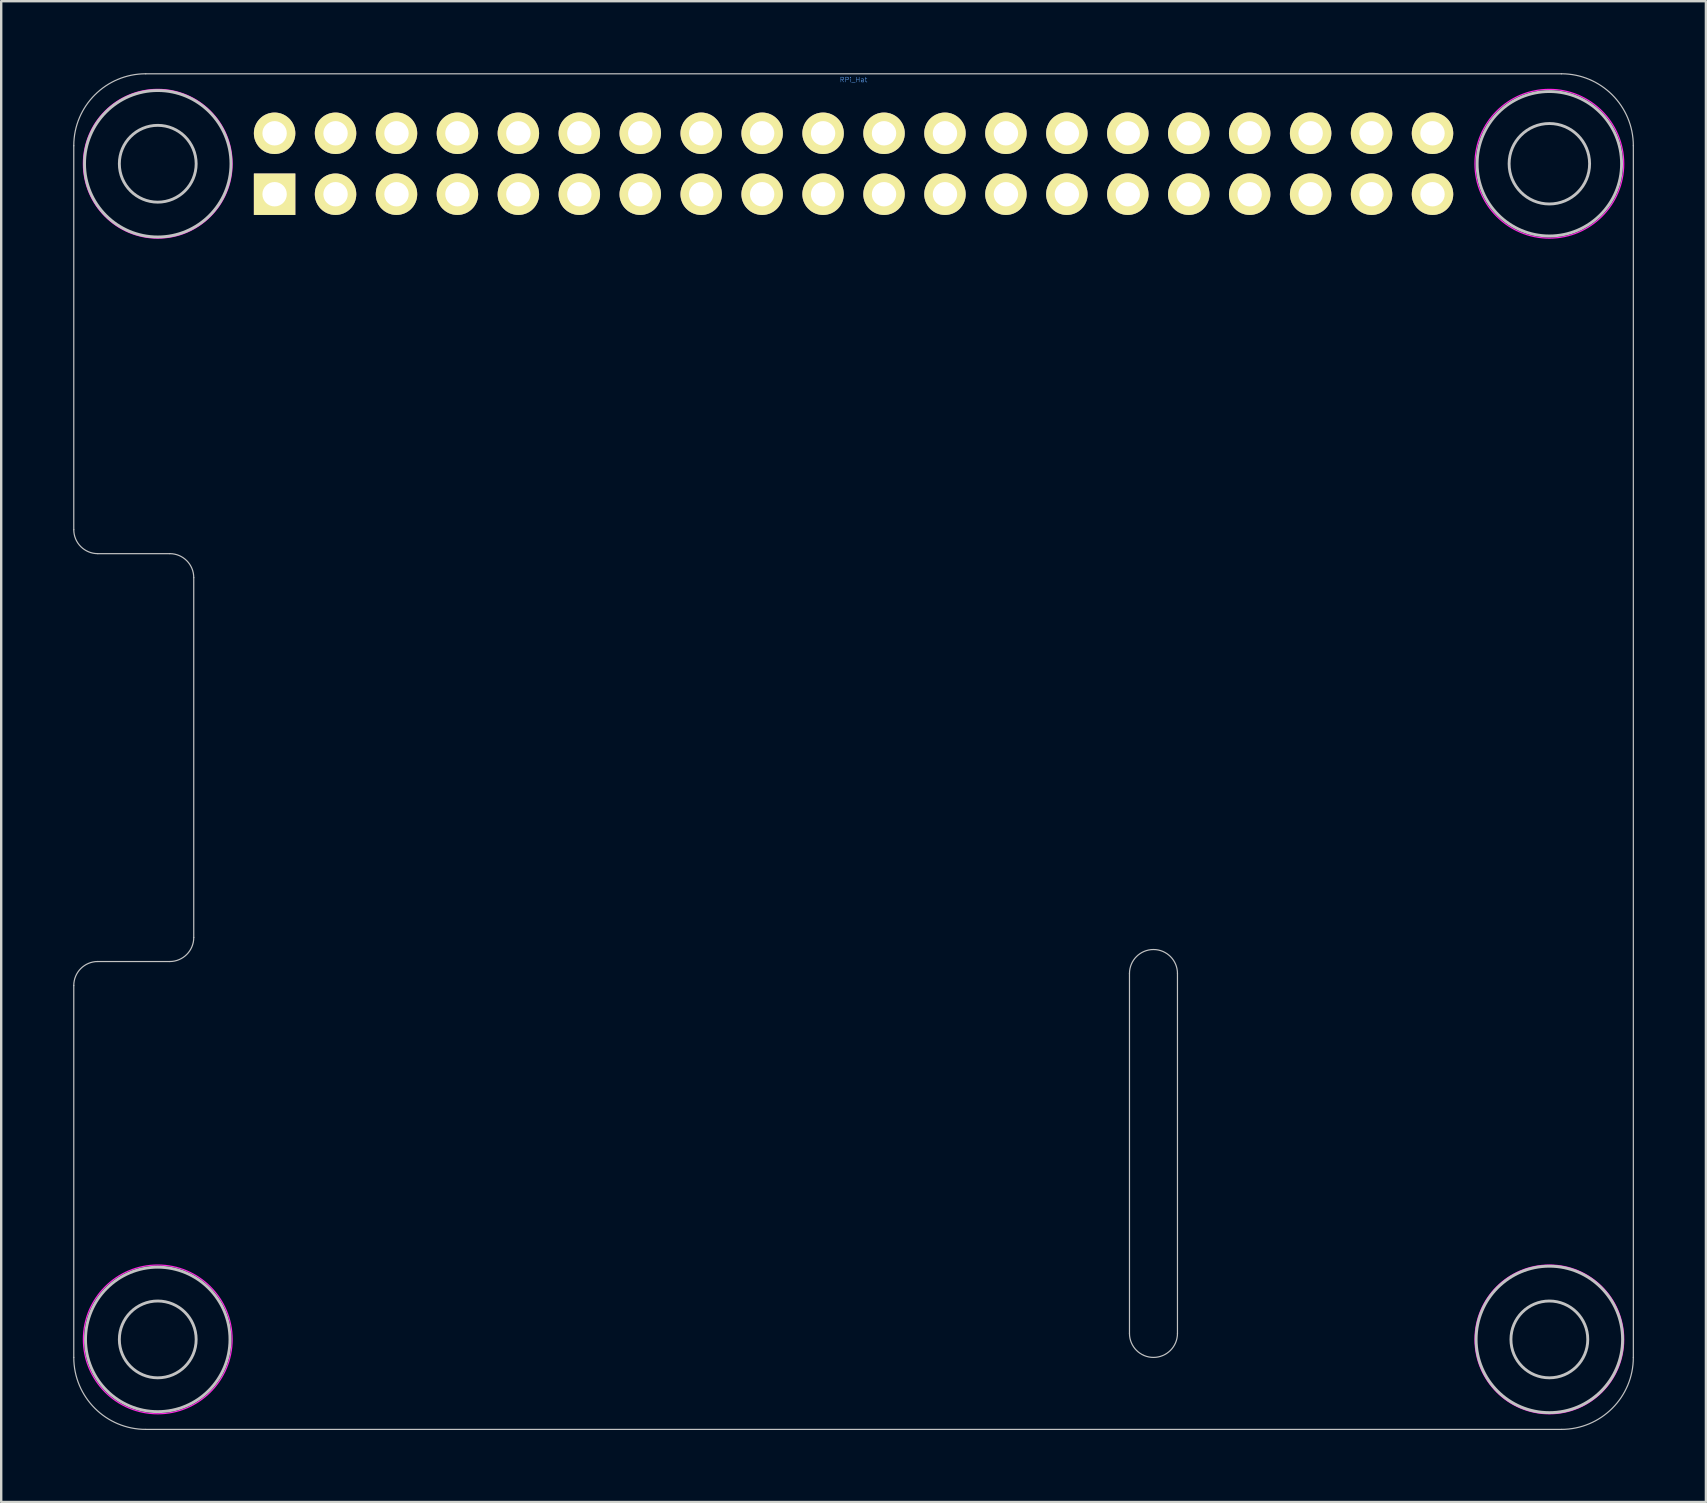
<source format=kicad_pcb>
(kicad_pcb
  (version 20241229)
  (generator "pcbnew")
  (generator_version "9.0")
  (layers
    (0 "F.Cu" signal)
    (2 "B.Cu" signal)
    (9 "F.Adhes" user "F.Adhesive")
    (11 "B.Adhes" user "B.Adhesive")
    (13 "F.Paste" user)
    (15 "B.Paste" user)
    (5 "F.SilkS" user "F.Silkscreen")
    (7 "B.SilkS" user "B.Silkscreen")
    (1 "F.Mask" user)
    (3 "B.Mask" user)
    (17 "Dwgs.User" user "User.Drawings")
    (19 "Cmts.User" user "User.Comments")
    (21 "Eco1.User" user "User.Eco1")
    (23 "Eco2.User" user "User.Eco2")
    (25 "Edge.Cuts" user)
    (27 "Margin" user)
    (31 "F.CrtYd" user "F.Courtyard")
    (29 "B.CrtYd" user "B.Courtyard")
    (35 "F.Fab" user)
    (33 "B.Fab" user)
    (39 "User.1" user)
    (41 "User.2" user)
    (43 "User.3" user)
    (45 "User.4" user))
  (footprint "RPi_Hat"
    (layer "F.Cu")
    (at 32.525 28.275)
    (property "Reference" "RPi_Hat" (at 0 -28 0) (layer "Cmts.User") (effects (font (size 0.2 0.2) (thickness 0.02))))
    (attr through_hole)
    (fp_line (start -32.5 -25.25) (end -32.5 -9.25) (stroke (width 0.05) (type solid)) (layer "Dwgs.User"))
    (fp_line (start -32.5 9.75) (end -32.5 25.25) (stroke (width 0.05) (type solid)) (layer "Dwgs.User"))
    (fp_line (start -31.5 -8.25) (end -28.5 -8.25) (stroke (width 0.05) (type solid)) (layer "Dwgs.User"))
    (fp_line (start -31.5 8.75) (end -28.5 8.75) (stroke (width 0.05) (type solid)) (layer "Dwgs.User"))
    (fp_line (start -29.5 -28.25) (end 29.5 -28.25) (stroke (width 0.05) (type solid)) (layer "Dwgs.User"))
    (fp_line (start -29.5 28.25) (end 29.5 28.25) (stroke (width 0.05) (type solid)) (layer "Dwgs.User"))
    (fp_line (start -27.5 -7.25) (end -27.5 7.75) (stroke (width 0.05) (type solid)) (layer "Dwgs.User"))
    (fp_line (start 11.5 9.25) (end 11.5 24.25) (stroke (width 0.05) (type solid)) (layer "Dwgs.User"))
    (fp_line (start 13.5 9.25) (end 13.5 24.25) (stroke (width 0.05) (type solid)) (layer "Dwgs.User"))
    (fp_line (start 32.5 -25.25) (end 32.5 25.25) (stroke (width 0.05) (type solid)) (layer "Dwgs.User"))
    (fp_arc (start -32.5 -25.25) (mid -31.62132 -27.37132) (end -29.5 -28.25) (stroke (width 0.05) (type solid)) (layer "Dwgs.User"))
    (fp_arc (start -32.5 9.75) (mid -32.207107 9.042893) (end -31.5 8.75) (stroke (width 0.05) (type solid)) (layer "Dwgs.User"))
    (fp_arc (start -31.5 -8.25) (mid -32.207107 -8.542893) (end -32.5 -9.25) (stroke (width 0.05) (type solid)) (layer "Dwgs.User"))
    (fp_arc (start -29.5 28.25) (mid -31.62132 27.37132) (end -32.5 25.25) (stroke (width 0.05) (type solid)) (layer "Dwgs.User"))
    (fp_arc (start -28.5 -8.25) (mid -27.792893 -7.957107) (end -27.5 -7.25) (stroke (width 0.05) (type solid)) (layer "Dwgs.User"))
    (fp_arc (start -27.5 7.75) (mid -27.792893 8.457107) (end -28.5 8.75) (stroke (width 0.05) (type solid)) (layer "Dwgs.User"))
    (fp_arc (start 11.5 9.25) (mid 12.5 8.25) (end 13.5 9.25) (stroke (width 0.05) (type solid)) (layer "Dwgs.User"))
    (fp_arc (start 13.5 24.25) (mid 12.5 25.25) (end 11.5 24.25) (stroke (width 0.05) (type solid)) (layer "Dwgs.User"))
    (fp_arc (start 29.5 -28.25) (mid 31.62132 -27.37132) (end 32.5 -25.25) (stroke (width 0.05) (type solid)) (layer "Dwgs.User"))
    (fp_arc (start 32.5 25.25) (mid 31.62132 27.37132) (end 29.5 28.25) (stroke (width 0.05) (type solid)) (layer "Dwgs.User"))
    (fp_circle (center -29 -24.5) (end -28 -23.25) (stroke (width 0.12) (type solid)) (fill no) (layer "Dwgs.User"))
    (fp_circle (center -29 -24.5) (end -26.5 -22.75) (stroke (width 0.12) (type solid)) (fill no) (layer "Dwgs.User"))
    (fp_circle (center -29 24.5) (end -28 25.75) (stroke (width 0.12) (type solid)) (fill no) (layer "Dwgs.User"))
    (fp_circle (center -29 24.5) (end -26.75 26.5) (stroke (width 0.12) (type solid)) (fill no) (layer "Dwgs.User"))
    (fp_circle (center 29 -24.5) (end 30.677 -24.5) (stroke (width 0.12) (type solid)) (fill no) (layer "Dwgs.User"))
    (fp_circle (center 29 -24.5) (end 32.01 -24.5) (stroke (width 0.12) (type solid)) (fill no) (layer "Dwgs.User"))
    (fp_circle (center 29 24.5) (end 30 25.75) (stroke (width 0.12) (type solid)) (fill no) (layer "Dwgs.User"))
    (fp_circle (center 29 24.5) (end 31.5 26.25) (stroke (width 0.12) (type solid)) (fill no) (layer "Dwgs.User"))
    (fp_circle (center -29 -24.5) (end -32.1 -24.5) (stroke (width 0.05) (type solid)) (fill no) (layer "F.CrtYd"))
    (fp_circle (center -29 24.5) (end -32.1 24.5) (stroke (width 0.05) (type solid)) (fill no) (layer "F.CrtYd"))
    (fp_circle (center 29 -24.5) (end 25.9 -24.5) (stroke (width 0.05) (type solid)) (fill no) (layer "F.CrtYd"))
    (fp_circle (center 29 24.5) (end 25.9 24.5) (stroke (width 0.05) (type solid)) (fill no) (layer "F.CrtYd"))
    (pad "1" thru_hole rect (at -24.13 -23.23 180) (size 1.727 1.727) (drill 1.016) (layers "*.Cu" "*.Mask" "F.SilkS"))
    (pad "2" thru_hole circle (at -24.13 -25.77 180) (size 1.727 1.727) (drill 1.016) (layers "*.Cu" "*.Mask" "F.SilkS"))
    (pad "3" thru_hole circle (at -21.59 -23.23 180) (size 1.727 1.727) (drill 1.016) (layers "*.Cu" "*.Mask" "F.SilkS"))
    (pad "4" thru_hole circle (at -21.59 -25.77 180) (size 1.727 1.727) (drill 1.016) (layers "*.Cu" "*.Mask" "F.SilkS"))
    (pad "5" thru_hole circle (at -19.05 -23.23 180) (size 1.727 1.727) (drill 1.016) (layers "*.Cu" "*.Mask" "F.SilkS"))
    (pad "6" thru_hole circle (at -19.05 -25.77 180) (size 1.727 1.727) (drill 1.016) (layers "*.Cu" "*.Mask" "F.SilkS"))
    (pad "7" thru_hole circle (at -16.51 -23.23 180) (size 1.727 1.727) (drill 1.016) (layers "*.Cu" "*.Mask" "F.SilkS"))
    (pad "8" thru_hole circle (at -16.51 -25.77 180) (size 1.727 1.727) (drill 1.016) (layers "*.Cu" "*.Mask" "F.SilkS"))
    (pad "9" thru_hole circle (at -13.97 -23.23 180) (size 1.727 1.727) (drill 1.016) (layers "*.Cu" "*.Mask" "F.SilkS"))
    (pad "10" thru_hole circle (at -13.97 -25.77 180) (size 1.727 1.727) (drill 1.016) (layers "*.Cu" "*.Mask" "F.SilkS"))
    (pad "11" thru_hole circle (at -11.43 -23.23 180) (size 1.727 1.727) (drill 1.016) (layers "*.Cu" "*.Mask" "F.SilkS"))
    (pad "12" thru_hole circle (at -11.43 -25.77 180) (size 1.727 1.727) (drill 1.016) (layers "*.Cu" "*.Mask" "F.SilkS"))
    (pad "13" thru_hole circle (at -8.89 -23.23 180) (size 1.727 1.727) (drill 1.016) (layers "*.Cu" "*.Mask" "F.SilkS"))
    (pad "14" thru_hole circle (at -8.89 -25.77 180) (size 1.727 1.727) (drill 1.016) (layers "*.Cu" "*.Mask" "F.SilkS"))
    (pad "15" thru_hole circle (at -6.35 -23.23 180) (size 1.727 1.727) (drill 1.016) (layers "*.Cu" "*.Mask" "F.SilkS"))
    (pad "16" thru_hole circle (at -6.35 -25.77 180) (size 1.727 1.727) (drill 1.016) (layers "*.Cu" "*.Mask" "F.SilkS"))
    (pad "17" thru_hole circle (at -3.81 -23.23 180) (size 1.727 1.727) (drill 1.016) (layers "*.Cu" "*.Mask" "F.SilkS"))
    (pad "18" thru_hole circle (at -3.81 -25.77 180) (size 1.727 1.727) (drill 1.016) (layers "*.Cu" "*.Mask" "F.SilkS"))
    (pad "19" thru_hole circle (at -1.27 -23.23 180) (size 1.727 1.727) (drill 1.016) (layers "*.Cu" "*.Mask" "F.SilkS"))
    (pad "20" thru_hole circle (at -1.27 -25.77 180) (size 1.727 1.727) (drill 1.016) (layers "*.Cu" "*.Mask" "F.SilkS"))
    (pad "21" thru_hole circle (at 1.27 -23.23 180) (size 1.727 1.727) (drill 1.016) (layers "*.Cu" "*.Mask" "F.SilkS"))
    (pad "22" thru_hole circle (at 1.27 -25.77 180) (size 1.727 1.727) (drill 1.016) (layers "*.Cu" "*.Mask" "F.SilkS"))
    (pad "23" thru_hole circle (at 3.81 -23.23 180) (size 1.727 1.727) (drill 1.016) (layers "*.Cu" "*.Mask" "F.SilkS"))
    (pad "24" thru_hole circle (at 3.81 -25.77 180) (size 1.727 1.727) (drill 1.016) (layers "*.Cu" "*.Mask" "F.SilkS"))
    (pad "25" thru_hole circle (at 6.35 -23.23 180) (size 1.727 1.727) (drill 1.016) (layers "*.Cu" "*.Mask" "F.SilkS"))
    (pad "26" thru_hole circle (at 6.35 -25.77 180) (size 1.727 1.727) (drill 1.016) (layers "*.Cu" "*.Mask" "F.SilkS"))
    (pad "27" thru_hole circle (at 8.89 -23.23 180) (size 1.727 1.727) (drill 1.016) (layers "*.Cu" "*.Mask" "F.SilkS"))
    (pad "28" thru_hole circle (at 8.89 -25.77 180) (size 1.727 1.727) (drill 1.016) (layers "*.Cu" "*.Mask" "F.SilkS"))
    (pad "29" thru_hole circle (at 11.43 -23.23 180) (size 1.727 1.727) (drill 1.016) (layers "*.Cu" "*.Mask" "F.SilkS"))
    (pad "30" thru_hole circle (at 11.43 -25.77 180) (size 1.727 1.727) (drill 1.016) (layers "*.Cu" "*.Mask" "F.SilkS"))
    (pad "31" thru_hole circle (at 13.97 -23.23 180) (size 1.727 1.727) (drill 1.016) (layers "*.Cu" "*.Mask" "F.SilkS"))
    (pad "32" thru_hole circle (at 13.97 -25.77 180) (size 1.727 1.727) (drill 1.016) (layers "*.Cu" "*.Mask" "F.SilkS"))
    (pad "33" thru_hole circle (at 16.51 -23.23 180) (size 1.727 1.727) (drill 1.016) (layers "*.Cu" "*.Mask" "F.SilkS"))
    (pad "34" thru_hole circle (at 16.51 -25.77 180) (size 1.727 1.727) (drill 1.016) (layers "*.Cu" "*.Mask" "F.SilkS"))
    (pad "35" thru_hole circle (at 19.05 -23.23 180) (size 1.727 1.727) (drill 1.016) (layers "*.Cu" "*.Mask" "F.SilkS"))
    (pad "36" thru_hole circle (at 19.05 -25.77 180) (size 1.727 1.727) (drill 1.016) (layers "*.Cu" "*.Mask" "F.SilkS"))
    (pad "37" thru_hole circle (at 21.59 -23.23 180) (size 1.727 1.727) (drill 1.016) (layers "*.Cu" "*.Mask" "F.SilkS"))
    (pad "38" thru_hole circle (at 21.59 -25.77 180) (size 1.727 1.727) (drill 1.016) (layers "*.Cu" "*.Mask" "F.SilkS"))
    (pad "39" thru_hole circle (at 24.13 -23.23 180) (size 1.727 1.727) (drill 1.016) (layers "*.Cu" "*.Mask" "F.SilkS"))
    (pad "40" thru_hole circle (at 24.13 -25.77 180) (size 1.727 1.727) (drill 1.016) (layers "*.Cu" "*.Mask" "F.SilkS")))
  (gr_rect
    (start -3 -3)
    (end 68.05 59.55)
    (stroke (width 0.1) (type default))
    (fill no)
    (layer "Edge.Cuts")))
</source>
